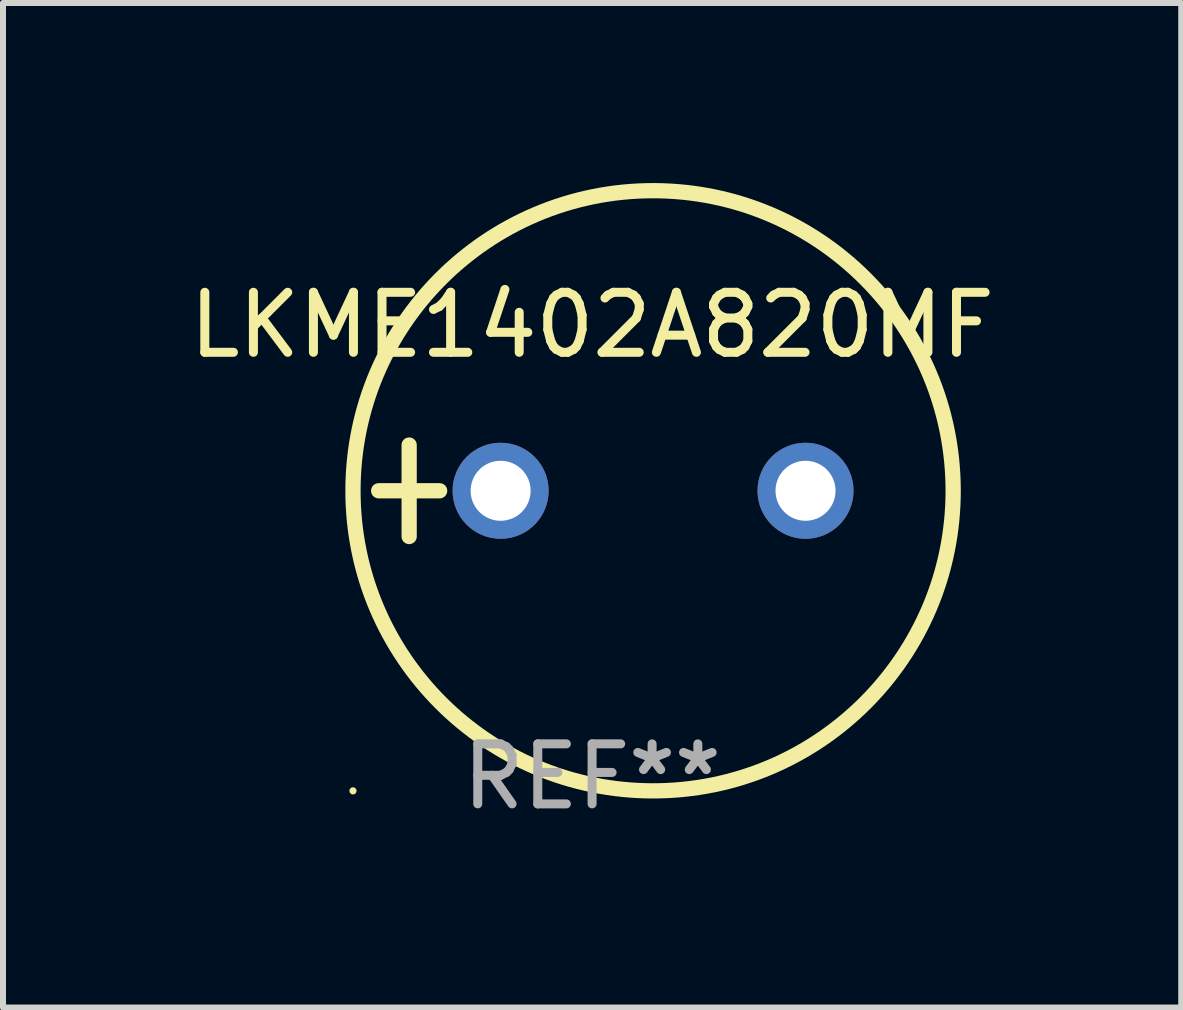
<source format=kicad_pcb>
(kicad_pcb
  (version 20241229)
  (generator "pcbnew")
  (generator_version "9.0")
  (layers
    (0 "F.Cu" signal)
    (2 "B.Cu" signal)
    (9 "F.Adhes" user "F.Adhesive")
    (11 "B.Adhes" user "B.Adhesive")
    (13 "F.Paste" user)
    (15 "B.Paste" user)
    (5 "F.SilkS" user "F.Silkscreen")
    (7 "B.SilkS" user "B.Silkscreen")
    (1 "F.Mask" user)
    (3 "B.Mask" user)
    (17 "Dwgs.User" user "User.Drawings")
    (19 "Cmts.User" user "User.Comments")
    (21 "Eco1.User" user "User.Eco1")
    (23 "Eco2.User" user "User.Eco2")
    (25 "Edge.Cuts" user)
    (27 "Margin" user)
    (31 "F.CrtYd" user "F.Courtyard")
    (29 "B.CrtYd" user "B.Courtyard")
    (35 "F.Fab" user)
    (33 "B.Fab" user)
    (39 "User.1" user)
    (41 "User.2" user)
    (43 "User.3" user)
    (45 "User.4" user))
  (footprint "LKME1402A820MF"
    (layer "F.Cu")
    (at 6.815 5.127)
    (property "Reference" "LKME1402A820MF" (at 0 -2.762 0) (layer "F.SilkS") (effects (font (size 1 1) (thickness 0.15))))
    (attr through_hole)
    (fp_line (start -3.556 0) (end -2.54 0) (stroke (width 0.254) (type solid)) (layer "F.SilkS"))
    (fp_line (start -3.048 -0.762) (end -3.048 0.762) (stroke (width 0.254) (type solid)) (layer "F.SilkS"))
    (fp_circle (center -3.984 5) (end -3.954 5) (stroke (width 0.06) (type solid)) (fill no) (layer "F.SilkS"))
    (fp_circle (center 1.016 0) (end 6.016 0) (stroke (width 0.254) (type solid)) (fill no) (layer "F.SilkS"))
    (fp_text user "REF**" (at 0 4.762 0) (layer "F.Fab") (effects (font (size 1 1) (thickness 0.15))))
    (pad "1" thru_hole circle (at -1.524 0) (size 1.6 1.6) (drill 1) (layers "*.Cu" "*.Mask"))
    (pad "2" thru_hole circle (at 3.556 0) (size 1.6 1.6) (drill 1) (layers "*.Cu" "*.Mask")))
  (gr_rect
    (start -3 -3)
    (end 16.631 13.737)
    (stroke (width 0.1) (type default))
    (fill no)
    (layer "Edge.Cuts")))
</source>
